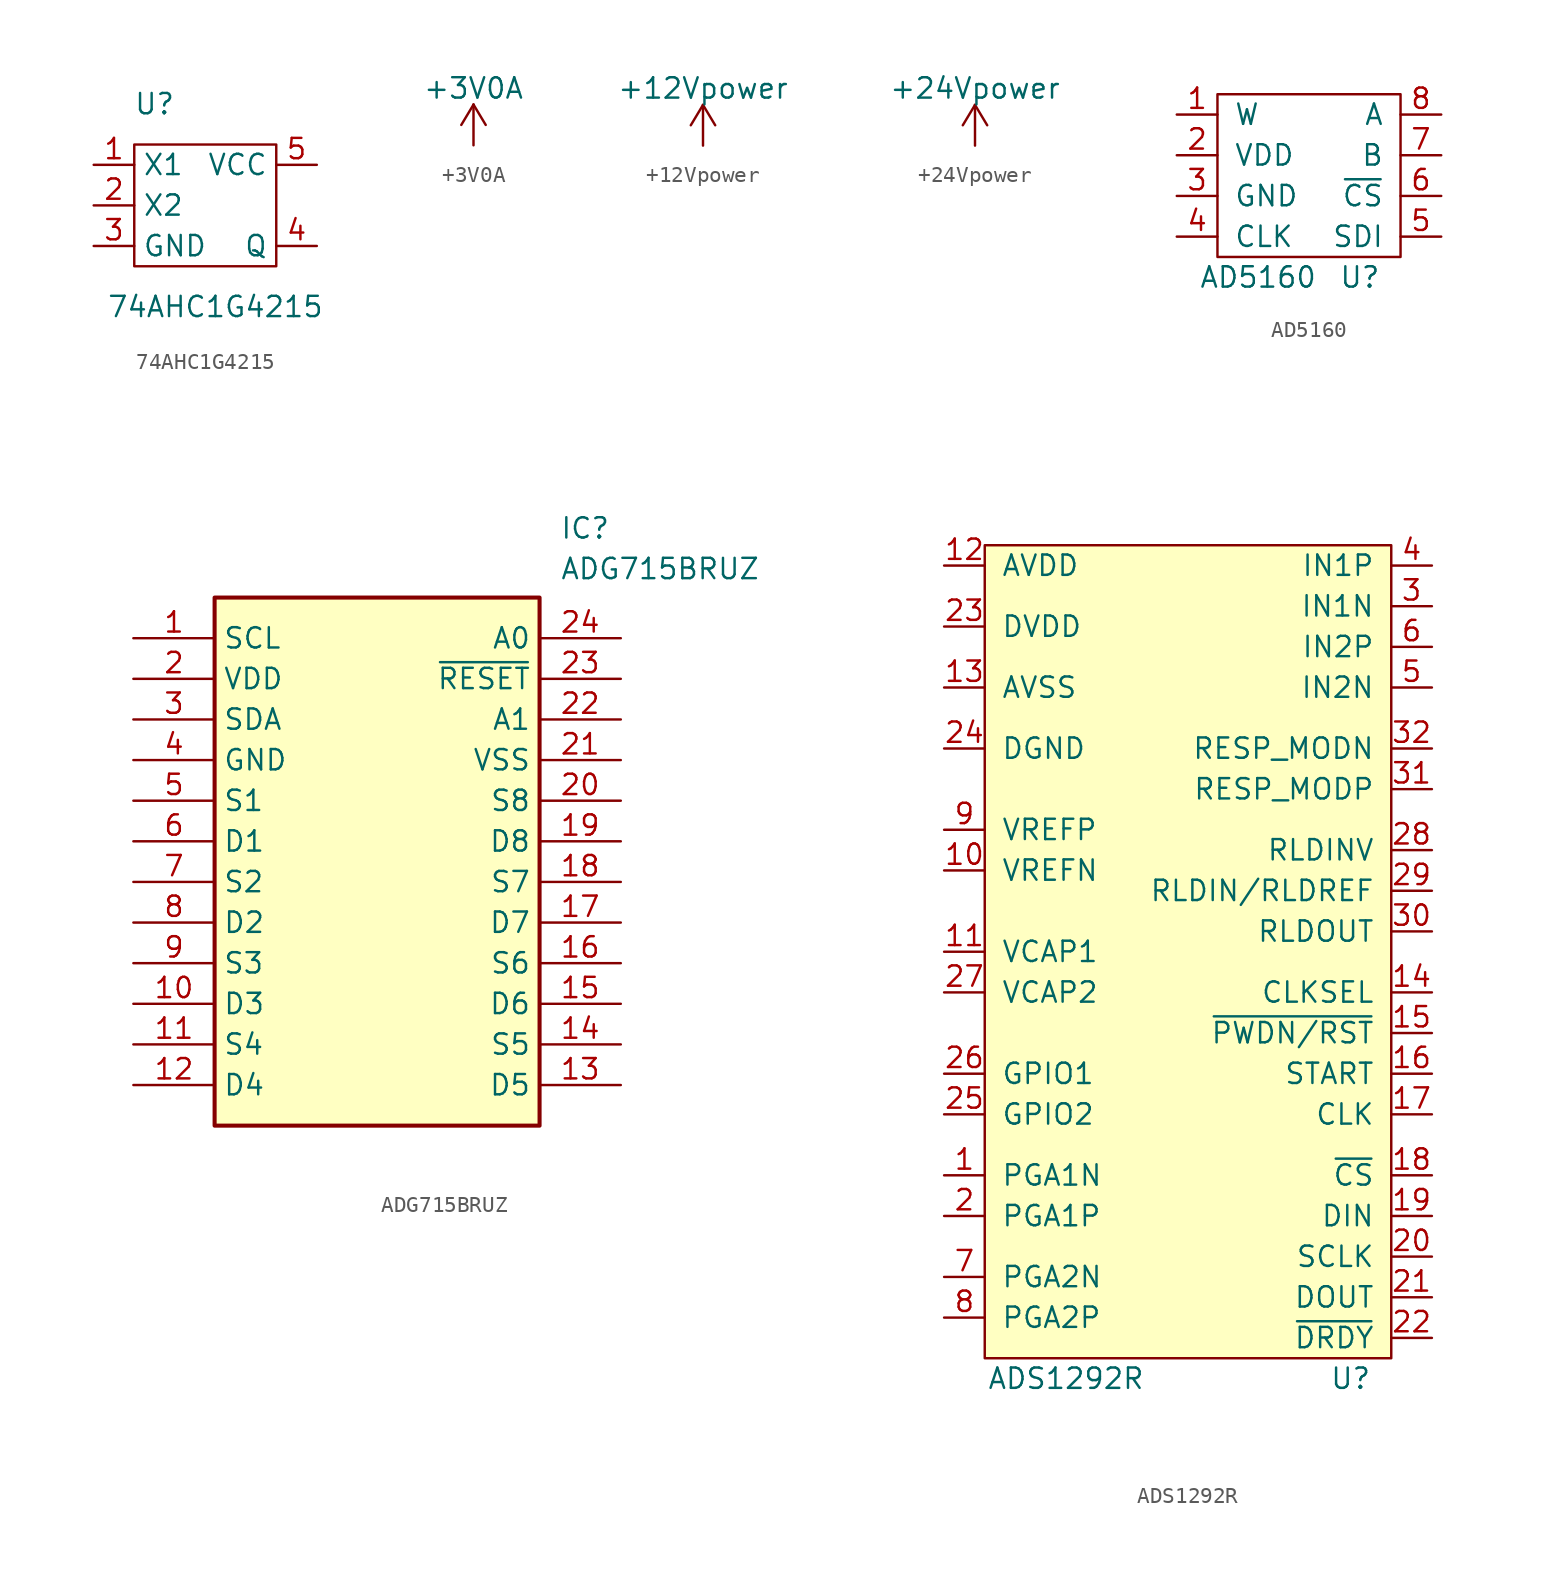
<source format=kicad_sym>
(kicad_symbol_lib
  (version 20231120)
  (generator "kicad_symbol_editor")
  (generator_version "8.0")
  (symbol "74AHC1G4215"
    (property "Reference" "U"
      (at -3.81 6.35 0)
      (effects (font (size 1.27 1.27))))
    (property "Value" "74AHC1G4215"
      (at 0 -6.35 0)
      (effects (font (size 1.27 1.27))))
    (symbol "74AHC1G4215_0_1"
      (rectangle (start -5.08 3.81) (end 3.81 -3.81) (stroke (width 0.152) (type default)) (fill (type none))))
    (symbol "74AHC1G4215_1_1"
      (pin input line (at -7.62 2.54 0) (length 2.54) (name "X1" (effects (font (size 1.27 1.27)))) (number "1" (effects (font (size 1.27 1.27)))))
      (pin input line (at -7.62 0 0) (length 2.54) (name "X2" (effects (font (size 1.27 1.27)))) (number "2" (effects (font (size 1.27 1.27)))))
      (pin input line (at -7.62 -2.54 0) (length 2.54) (name "GND" (effects (font (size 1.27 1.27)))) (number "3" (effects (font (size 1.27 1.27)))))
      (pin output line (at 6.35 -2.54 180) (length 2.54) (name "Q" (effects (font (size 1.27 1.27)))) (number "4" (effects (font (size 1.27 1.27)))))
      (pin output line (at 6.35 2.54 180) (length 2.54) (name "VCC" (effects (font (size 1.27 1.27)))) (number "5" (effects (font (size 1.27 1.27)))))))
  (symbol "+3V0A"
    (power)
    (pin_names
      (offset 0))
    (property "Reference" "#PWR"
      (at 0 -3.81 0)
      (effects (font (size 1.27 1.27)) (hide yes)))
    (property "Value" "+3V0A"
      (at 0 3.556 0)
      (effects (font (size 1.27 1.27))))
    (symbol "+3V0A_0_1"
      (polyline (pts (xy -0.762 1.27) (xy 0 2.54)) (stroke (width 0) (type default)) (fill (type none)))
      (polyline (pts (xy 0 0) (xy 0 2.54)) (stroke (width 0) (type default)) (fill (type none)))
      (polyline (pts (xy 0 2.54) (xy 0.762 1.27)) (stroke (width 0) (type default)) (fill (type none))))
    (symbol "+3V0A_1_1"
      (pin power_in line (at 0 0 90) (length 0) hide (name "+3V0A" (effects (font (size 1.27 1.27)))) (number "1" (effects (font (size 1.27 1.27)))))))
  (symbol "+12Vpower"
    (power)
    (pin_names
      (offset 0))
    (property "Reference" "#PWR?"
      (at 0 -3.81 0)
      (effects (font (size 1.27 1.27)) (hide yes)))
    (property "Value" "+12Vpower"
      (at 0 3.576 0)
      (effects (font (size 1.27 1.27))))
    (symbol "+12Vpower_0_1"
      (polyline (pts (xy -0.762 1.27) (xy 0 2.54)) (stroke (width 0) (type default)) (fill (type none)))
      (polyline (pts (xy 0 0) (xy 0 2.54)) (stroke (width 0) (type default)) (fill (type none)))
      (polyline (pts (xy 0 2.54) (xy 0.762 1.27)) (stroke (width 0) (type default)) (fill (type none))))
    (symbol "+12Vpower_1_1"
      (pin power_in line (at 0 0 90) (length 0) hide (name "+12Vpower" (effects (font (size 1.27 1.27)))) (number "1" (effects (font (size 1.27 1.27)))))))
  (symbol "+24Vpower"
    (power)
    (pin_names
      (offset 0))
    (property "Reference" "#PWR?"
      (at 0 -3.81 0)
      (effects (font (size 1.27 1.27)) (hide yes)))
    (property "Value" "+24Vpower"
      (at 0 3.576 0)
      (effects (font (size 1.27 1.27))))
    (symbol "+24Vpower_0_1"
      (polyline (pts (xy -0.762 1.27) (xy 0 2.54)) (stroke (width 0) (type default)) (fill (type none)))
      (polyline (pts (xy 0 0) (xy 0 2.54)) (stroke (width 0) (type default)) (fill (type none)))
      (polyline (pts (xy 0 2.54) (xy 0.762 1.27)) (stroke (width 0) (type default)) (fill (type none))))
    (symbol "+24Vpower_1_1"
      (pin power_in line (at 0 0 90) (length 0) hide (name "+24Vpower" (effects (font (size 1.27 1.27)))) (number "1" (effects (font (size 1.27 1.27)))))))
  (symbol "AD5160"
    (pin_names
      (offset 1.016))
    (property "Reference" "U"
      (at 2.54 -6.35 0)
      (effects (font (size 1.27 1.27))))
    (property "Value" "AD5160"
      (at -3.81 -6.35 0)
      (effects (font (size 1.27 1.27))))
    (symbol "AD5160_0_1"
      (rectangle (start -6.35 5.08) (end 5.08 -5.08) (stroke (width 0) (type default)) (fill (type none))))
    (symbol "AD5160_1_1"
      (pin passive line (at -8.89 3.81 0) (length 2.54) (name "W" (effects (font (size 1.27 1.27)))) (number "1" (effects (font (size 1.27 1.27)))))
      (pin power_in line (at -8.89 1.27 0) (length 2.54) (name "VDD" (effects (font (size 1.27 1.27)))) (number "2" (effects (font (size 1.27 1.27)))))
      (pin power_in line (at -8.89 -1.27 0) (length 2.54) (name "GND" (effects (font (size 1.27 1.27)))) (number "3" (effects (font (size 1.27 1.27)))))
      (pin input line (at -8.89 -3.81 0) (length 2.54) (name "CLK" (effects (font (size 1.27 1.27)))) (number "4" (effects (font (size 1.27 1.27)))))
      (pin input line (at 7.62 -3.81 180) (length 2.54) (name "SDI" (effects (font (size 1.27 1.27)))) (number "5" (effects (font (size 1.27 1.27)))))
      (pin input line (at 7.62 -1.27 180) (length 2.54) (name "~{CS}" (effects (font (size 1.27 1.27)))) (number "6" (effects (font (size 1.27 1.27)))))
      (pin passive line (at 7.62 1.27 180) (length 2.54) (name "B" (effects (font (size 1.27 1.27)))) (number "7" (effects (font (size 1.27 1.27)))))
      (pin passive line (at 7.62 3.81 180) (length 2.54) (name "A" (effects (font (size 1.27 1.27)))) (number "8" (effects (font (size 1.27 1.27)))))))
  (symbol "ADG715BRUZ"
    (property "Reference" "IC"
      (at 26.67 7.62 0)
      (effects (font (size 1.27 1.27)) (justify left top)))
    (property "Value" "ADG715BRUZ"
      (at 26.67 5.08 0)
      (effects (font (size 1.27 1.27)) (justify left top)))
    (symbol "ADG715BRUZ_1_1"
      (rectangle (start 5.08 2.54) (end 25.4 -30.48) (stroke (width 0.254) (type default)) (fill (type background)))
      (pin passive line (at 0 0 0) (length 5.08) (name "SCL" (effects (font (size 1.27 1.27)))) (number "1" (effects (font (size 1.27 1.27)))))
      (pin passive line (at 0 -22.86 0) (length 5.08) (name "D3" (effects (font (size 1.27 1.27)))) (number "10" (effects (font (size 1.27 1.27)))))
      (pin passive line (at 0 -25.4 0) (length 5.08) (name "S4" (effects (font (size 1.27 1.27)))) (number "11" (effects (font (size 1.27 1.27)))))
      (pin passive line (at 0 -27.94 0) (length 5.08) (name "D4" (effects (font (size 1.27 1.27)))) (number "12" (effects (font (size 1.27 1.27)))))
      (pin passive line (at 30.48 -27.94 180) (length 5.08) (name "D5" (effects (font (size 1.27 1.27)))) (number "13" (effects (font (size 1.27 1.27)))))
      (pin passive line (at 30.48 -25.4 180) (length 5.08) (name "S5" (effects (font (size 1.27 1.27)))) (number "14" (effects (font (size 1.27 1.27)))))
      (pin passive line (at 30.48 -22.86 180) (length 5.08) (name "D6" (effects (font (size 1.27 1.27)))) (number "15" (effects (font (size 1.27 1.27)))))
      (pin passive line (at 30.48 -20.32 180) (length 5.08) (name "S6" (effects (font (size 1.27 1.27)))) (number "16" (effects (font (size 1.27 1.27)))))
      (pin passive line (at 30.48 -17.78 180) (length 5.08) (name "D7" (effects (font (size 1.27 1.27)))) (number "17" (effects (font (size 1.27 1.27)))))
      (pin passive line (at 30.48 -15.24 180) (length 5.08) (name "S7" (effects (font (size 1.27 1.27)))) (number "18" (effects (font (size 1.27 1.27)))))
      (pin passive line (at 30.48 -12.7 180) (length 5.08) (name "D8" (effects (font (size 1.27 1.27)))) (number "19" (effects (font (size 1.27 1.27)))))
      (pin passive line (at 0 -2.54 0) (length 5.08) (name "VDD" (effects (font (size 1.27 1.27)))) (number "2" (effects (font (size 1.27 1.27)))))
      (pin passive line (at 30.48 -10.16 180) (length 5.08) (name "S8" (effects (font (size 1.27 1.27)))) (number "20" (effects (font (size 1.27 1.27)))))
      (pin passive line (at 30.48 -7.62 180) (length 5.08) (name "VSS" (effects (font (size 1.27 1.27)))) (number "21" (effects (font (size 1.27 1.27)))))
      (pin passive line (at 30.48 -5.08 180) (length 5.08) (name "A1" (effects (font (size 1.27 1.27)))) (number "22" (effects (font (size 1.27 1.27)))))
      (pin passive line (at 30.48 -2.54 180) (length 5.08) (name "~{RESET}" (effects (font (size 1.27 1.27)))) (number "23" (effects (font (size 1.27 1.27)))))
      (pin passive line (at 30.48 0 180) (length 5.08) (name "A0" (effects (font (size 1.27 1.27)))) (number "24" (effects (font (size 1.27 1.27)))))
      (pin passive line (at 0 -5.08 0) (length 5.08) (name "SDA" (effects (font (size 1.27 1.27)))) (number "3" (effects (font (size 1.27 1.27)))))
      (pin passive line (at 0 -7.62 0) (length 5.08) (name "GND" (effects (font (size 1.27 1.27)))) (number "4" (effects (font (size 1.27 1.27)))))
      (pin passive line (at 0 -10.16 0) (length 5.08) (name "S1" (effects (font (size 1.27 1.27)))) (number "5" (effects (font (size 1.27 1.27)))))
      (pin passive line (at 0 -12.7 0) (length 5.08) (name "D1" (effects (font (size 1.27 1.27)))) (number "6" (effects (font (size 1.27 1.27)))))
      (pin passive line (at 0 -15.24 0) (length 5.08) (name "S2" (effects (font (size 1.27 1.27)))) (number "7" (effects (font (size 1.27 1.27)))))
      (pin passive line (at 0 -17.78 0) (length 5.08) (name "D2" (effects (font (size 1.27 1.27)))) (number "8" (effects (font (size 1.27 1.27)))))
      (pin passive line (at 0 -20.32 0) (length 5.08) (name "S3" (effects (font (size 1.27 1.27)))) (number "9" (effects (font (size 1.27 1.27)))))))
  (symbol "ADS1292R"
    (pin_names
      (offset 1.016))
    (property "Reference" "U"
      (at 8.89 -27.94 0)
      (effects (font (size 1.27 1.27))))
    (property "Value" "ADS1292R"
      (at -8.89 -27.94 0)
      (effects (font (size 1.27 1.27))))
    (symbol "ADS1292R_0_1"
      (rectangle (start -13.97 24.13) (end 11.43 -26.67) (stroke (width 0) (type default)) (fill (type background))))
    (symbol "ADS1292R_1_1"
      (pin passive line (at -16.51 -15.24 0) (length 2.54) (name "PGA1N" (effects (font (size 1.27 1.27)))) (number "1" (effects (font (size 1.27 1.27)))))
      (pin passive line (at -16.51 3.81 0) (length 2.54) (name "VREFN" (effects (font (size 1.27 1.27)))) (number "10" (effects (font (size 1.27 1.27)))))
      (pin passive line (at -16.51 -1.27 0) (length 2.54) (name "VCAP1" (effects (font (size 1.27 1.27)))) (number "11" (effects (font (size 1.27 1.27)))))
      (pin power_in line (at -16.51 22.86 0) (length 2.54) (name "AVDD" (effects (font (size 1.27 1.27)))) (number "12" (effects (font (size 1.27 1.27)))))
      (pin passive line (at -16.51 15.24 0) (length 2.54) (name "AVSS" (effects (font (size 1.27 1.27)))) (number "13" (effects (font (size 1.27 1.27)))))
      (pin passive line (at 13.97 -3.81 180) (length 2.54) (name "CLKSEL" (effects (font (size 1.27 1.27)))) (number "14" (effects (font (size 1.27 1.27)))))
      (pin passive line (at 13.97 -6.35 180) (length 2.54) (name "~{PWDN/RST}" (effects (font (size 1.27 1.27)))) (number "15" (effects (font (size 1.27 1.27)))))
      (pin passive line (at 13.97 -8.89 180) (length 2.54) (name "START" (effects (font (size 1.27 1.27)))) (number "16" (effects (font (size 1.27 1.27)))))
      (pin passive line (at 13.97 -11.43 180) (length 2.54) (name "CLK" (effects (font (size 1.27 1.27)))) (number "17" (effects (font (size 1.27 1.27)))))
      (pin passive line (at 13.97 -15.24 180) (length 2.54) (name "~{CS}" (effects (font (size 1.27 1.27)))) (number "18" (effects (font (size 1.27 1.27)))))
      (pin passive line (at 13.97 -17.78 180) (length 2.54) (name "DIN" (effects (font (size 1.27 1.27)))) (number "19" (effects (font (size 1.27 1.27)))))
      (pin passive line (at -16.51 -17.78 0) (length 2.54) (name "PGA1P" (effects (font (size 1.27 1.27)))) (number "2" (effects (font (size 1.27 1.27)))))
      (pin passive line (at 13.97 -20.32 180) (length 2.54) (name "SCLK" (effects (font (size 1.27 1.27)))) (number "20" (effects (font (size 1.27 1.27)))))
      (pin passive line (at 13.97 -22.86 180) (length 2.54) (name "DOUT" (effects (font (size 1.27 1.27)))) (number "21" (effects (font (size 1.27 1.27)))))
      (pin passive line (at 13.97 -25.4 180) (length 2.54) (name "~{DRDY}" (effects (font (size 1.27 1.27)))) (number "22" (effects (font (size 1.27 1.27)))))
      (pin power_in line (at -16.51 19.05 0) (length 2.54) (name "DVDD" (effects (font (size 1.27 1.27)))) (number "23" (effects (font (size 1.27 1.27)))))
      (pin passive line (at -16.51 11.43 0) (length 2.54) (name "DGND" (effects (font (size 1.27 1.27)))) (number "24" (effects (font (size 1.27 1.27)))))
      (pin passive line (at -16.51 -11.43 0) (length 2.54) (name "GPIO2" (effects (font (size 1.27 1.27)))) (number "25" (effects (font (size 1.27 1.27)))))
      (pin passive line (at -16.51 -8.89 0) (length 2.54) (name "GPIO1" (effects (font (size 1.27 1.27)))) (number "26" (effects (font (size 1.27 1.27)))))
      (pin passive line (at -16.51 -3.81 0) (length 2.54) (name "VCAP2" (effects (font (size 1.27 1.27)))) (number "27" (effects (font (size 1.27 1.27)))))
      (pin passive line (at 13.97 5.08 180) (length 2.54) (name "RLDINV" (effects (font (size 1.27 1.27)))) (number "28" (effects (font (size 1.27 1.27)))))
      (pin passive line (at 13.97 2.54 180) (length 2.54) (name "RLDIN/RLDREF" (effects (font (size 1.27 1.27)))) (number "29" (effects (font (size 1.27 1.27)))))
      (pin passive line (at 13.97 20.32 180) (length 2.54) (name "IN1N" (effects (font (size 1.27 1.27)))) (number "3" (effects (font (size 1.27 1.27)))))
      (pin passive line (at 13.97 0 180) (length 2.54) (name "RLDOUT" (effects (font (size 1.27 1.27)))) (number "30" (effects (font (size 1.27 1.27)))))
      (pin passive line (at 13.97 8.89 180) (length 2.54) (name "RESP_MODP" (effects (font (size 1.27 1.27)))) (number "31" (effects (font (size 1.27 1.27)))))
      (pin passive line (at 13.97 11.43 180) (length 2.54) (name "RESP_MODN" (effects (font (size 1.27 1.27)))) (number "32" (effects (font (size 1.27 1.27)))))
      (pin passive line (at 13.97 22.86 180) (length 2.54) (name "IN1P" (effects (font (size 1.27 1.27)))) (number "4" (effects (font (size 1.27 1.27)))))
      (pin passive line (at 13.97 15.24 180) (length 2.54) (name "IN2N" (effects (font (size 1.27 1.27)))) (number "5" (effects (font (size 1.27 1.27)))))
      (pin passive line (at 13.97 17.78 180) (length 2.54) (name "IN2P" (effects (font (size 1.27 1.27)))) (number "6" (effects (font (size 1.27 1.27)))))
      (pin passive line (at -16.51 -21.59 0) (length 2.54) (name "PGA2N" (effects (font (size 1.27 1.27)))) (number "7" (effects (font (size 1.27 1.27)))))
      (pin passive line (at -16.51 -24.13 0) (length 2.54) (name "PGA2P" (effects (font (size 1.27 1.27)))) (number "8" (effects (font (size 1.27 1.27)))))
      (pin passive line (at -16.51 6.35 0) (length 2.54) (name "VREFP" (effects (font (size 1.27 1.27)))) (number "9" (effects (font (size 1.27 1.27))))))))
</source>
